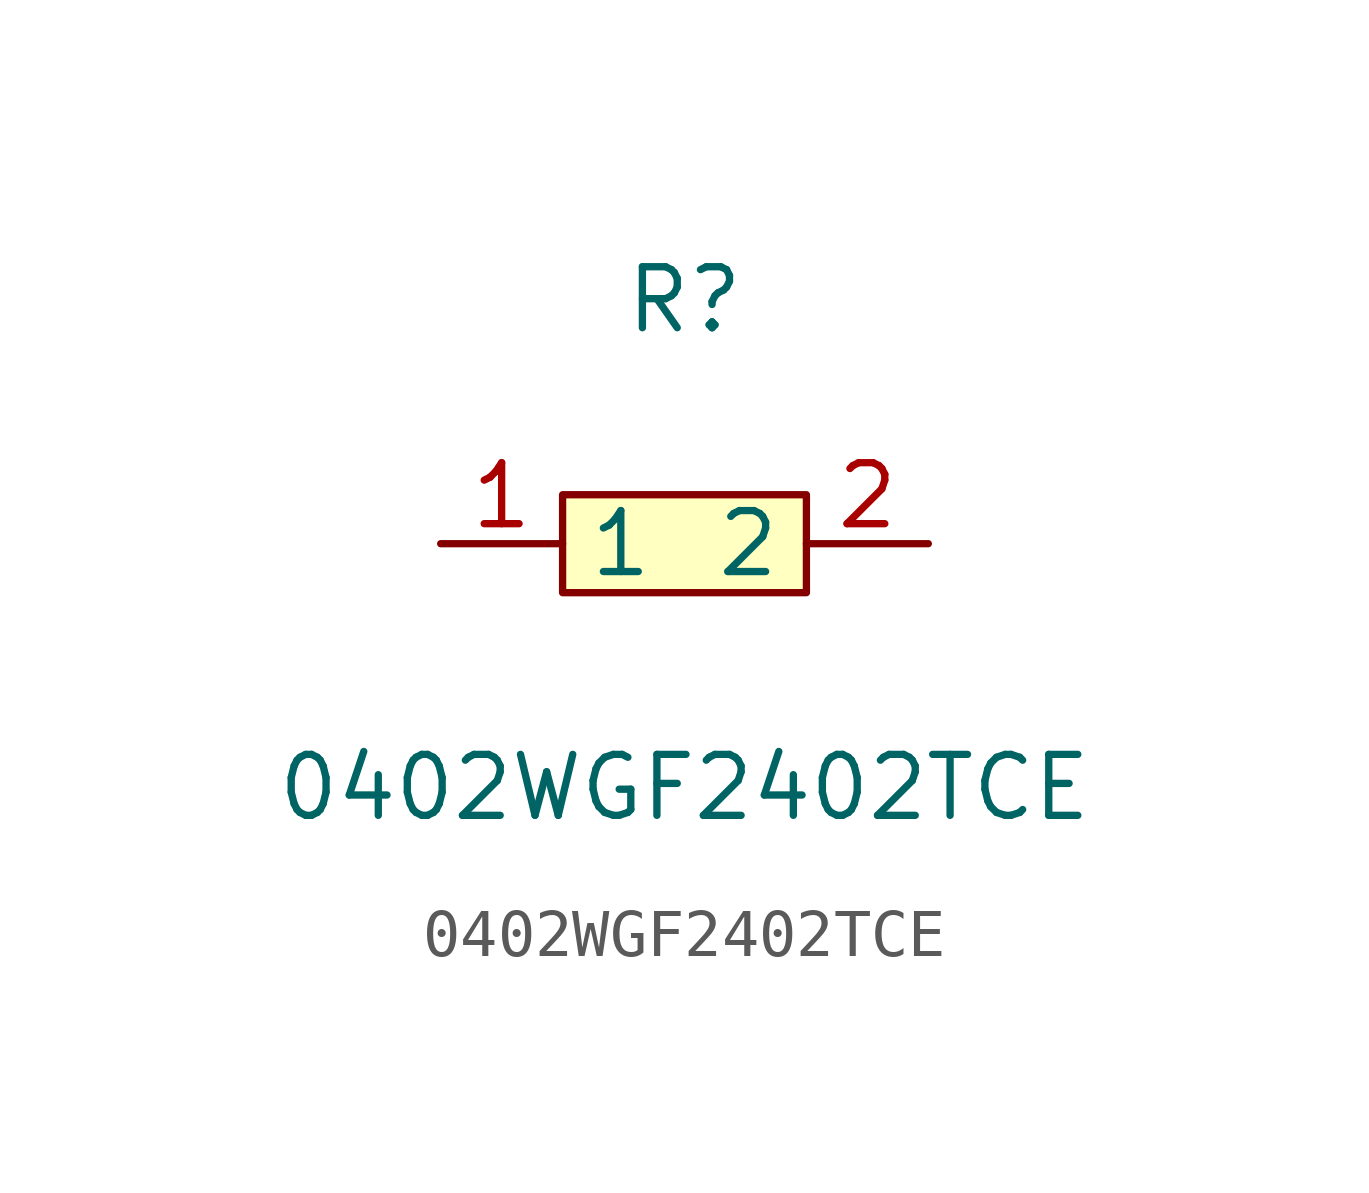
<source format=kicad_sym>
(kicad_symbol_lib
  (version 1)
  (generator "faebryk")
  (symbol "0402WGF2402TCE"
    (property "Reference" "R"
      (at 0 5.08 0)
      (effects (font (size 1.27 1.27)) (hide no)))
    (property "Value" "0402WGF2402TCE"
      (at 0 -5.08 0)
      (effects (font (size 1.27 1.27)) (hide no)))
    (symbol "0402WGF2402TCE_0_1"
      (rectangle (start -2.54 1.02) (end 2.54 -1.02) (stroke (width 0) (type default) (color 0 0 0 0)) (fill (type background)))
      (pin input line (at 5.08 0 180) (length 2.54) (name "2" (effects (font (size 1.27 1.27)) (hide no))) (number "2" (effects (font (size 1.27 1.27)) (hide no))))
      (pin input line (at -5.08 0 0) (length 2.54) (name "1" (effects (font (size 1.27 1.27)) (hide no))) (number "1" (effects (font (size 1.27 1.27)) (hide no)))))))
</source>
